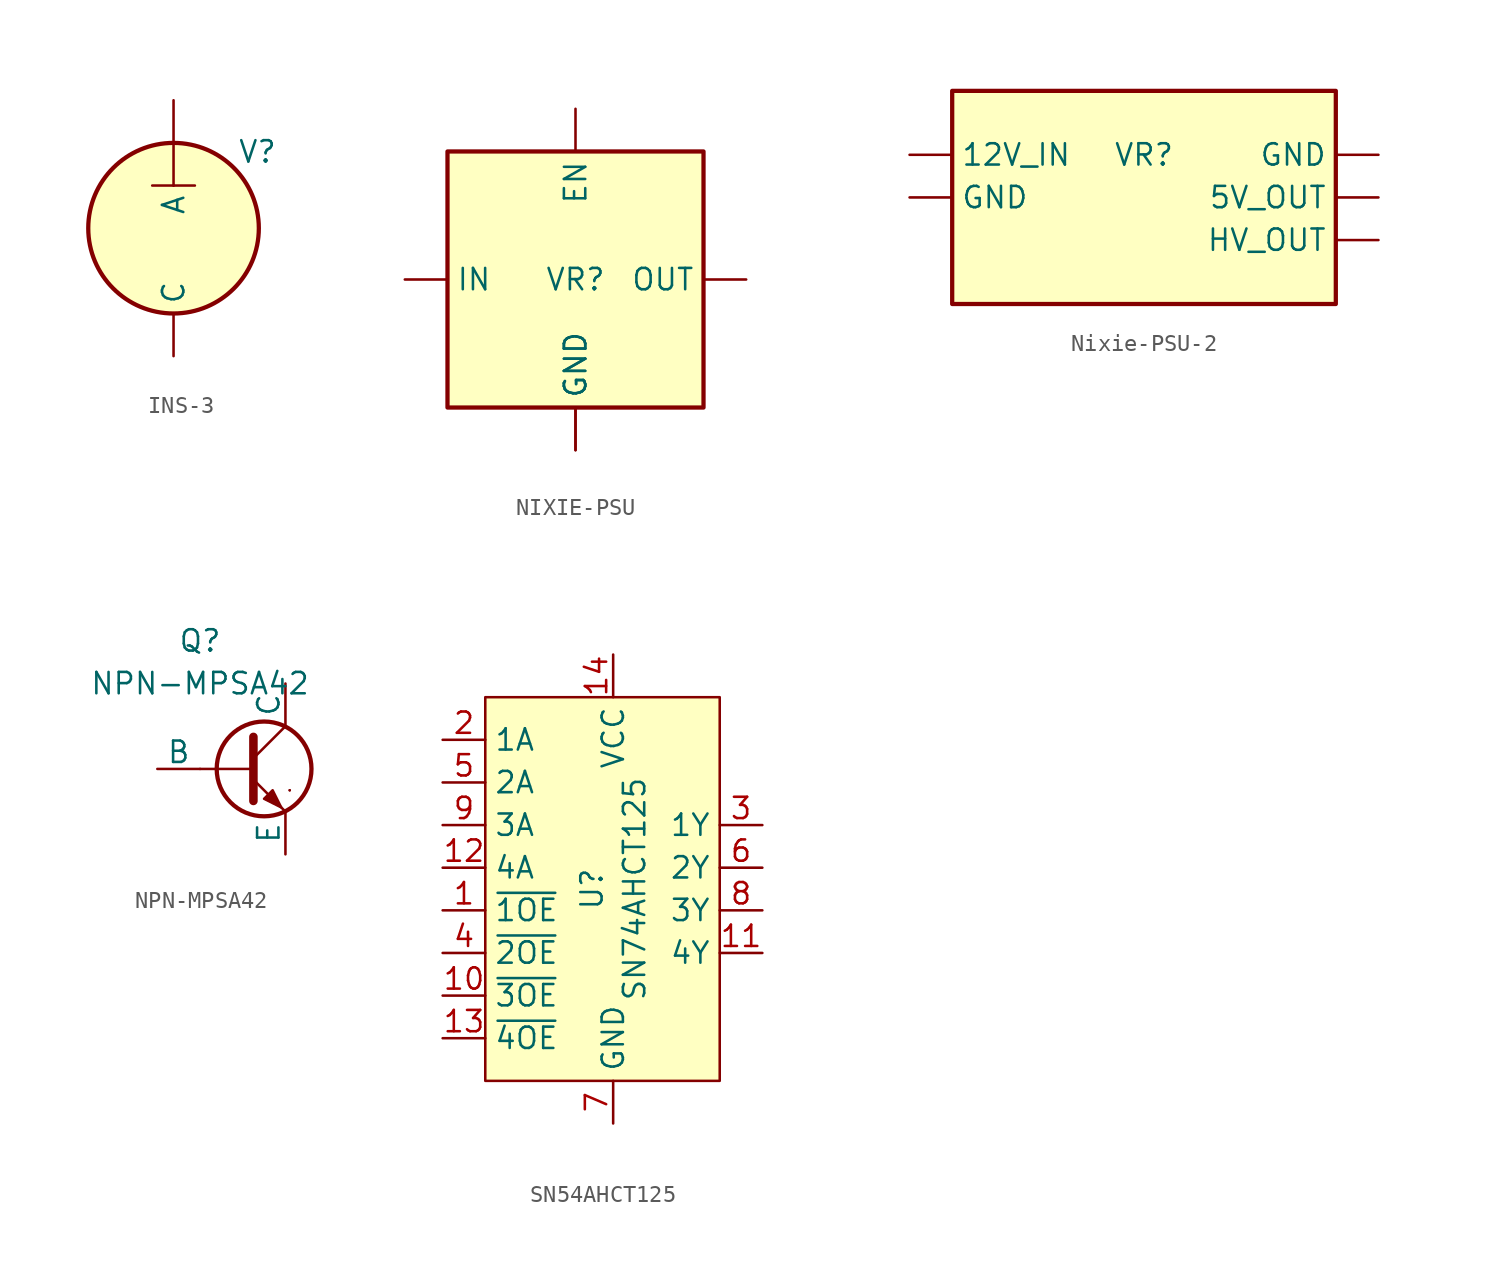
<source format=kicad_sym>
(kicad_symbol_lib
  (version 20220914)
  (generator kicad_symbol_editor)
  (symbol "INS-3"
    (property "Reference" "V"
      (at 3.81 3.81 0)
      (effects (font (size 1.27 1.27)) (justify left bottom)))
    (property "Value" ""
      (at 5.588 -5.08 90)
      (effects (font (size 1.778 1.511)) (justify left top)))
    (symbol "INS-3_1_0"
      (polyline (pts (xy -1.27 2.54) (xy 0 2.54)) (stroke (width 0) (type solid)) (fill (type none)))
      (polyline (pts (xy 0 2.54) (xy 1.27 2.54)) (stroke (width 0) (type solid)) (fill (type none)))
      (circle (center 0 0) (radius 5.08) (stroke (width 0.254) (type solid)) (fill (type background)))
      (pin power_in line (at 0 7.62 270) (length 5.08) (name "A" (effects (font (size 1.27 1.27)))) (number "A" (effects (font (size 0 0)))))
      (pin power_in line (at 0 -7.62 90) (length 2.54) (name "C" (effects (font (size 1.27 1.27)))) (number "C" (effects (font (size 0 0)))))))
  (symbol "NIXIE-PSU"
    (property "Reference" "VR"
      (at 0 0 0)
      (effects (font (size 1.27 1.27))))
    (symbol "NIXIE-PSU_1_0"
      (rectangle (start -7.62 7.62) (end 7.62 -7.62) (stroke (width 0.254) (type default)) (fill (type background)))
      (pin power_in line (at -10.16 0 0) (length 2.54) (name "IN" (effects (font (size 1.27 1.27)))) (number "1" (effects (font (size 0 0)))))
      (pin power_in line (at 0 -10.16 90) (length 2.54) (name "GND" (effects (font (size 1.27 1.27)))) (number "2" (effects (font (size 0 0)))))
      (pin input line (at 0 10.16 270) (length 2.54) (name "EN" (effects (font (size 1.27 1.27)))) (number "3" (effects (font (size 0 0)))))
      (pin bidirectional line (at 0 -10.16 90) (length 2.54) (name "GND" (effects (font (size 1.27 1.27)))) (number "4" (effects (font (size 0 0)))))
      (pin power_out line (at 10.16 0 180) (length 2.54) (name "OUT" (effects (font (size 1.27 1.27)))) (number "5" (effects (font (size 0 0)))))))
  (symbol "Nixie-PSU-2"
    (property "Reference" "VR"
      (at 0 1.27 0)
      (effects (font (size 1.27 1.27))))
    (property "Value" ""
      (at 0 0 0)
      (effects (font (size 1.27 1.27))))
    (symbol "Nixie-PSU-2_1_0"
      (pin power_in line (at -13.97 -1.27 0) (length 2.54) (name "GND" (effects (font (size 1.27 1.27)))) (number "1" (effects (font (size 0 0)))))
      (pin power_in line (at -13.97 1.27 0) (length 2.54) (name "12V_IN" (effects (font (size 1.27 1.27)))) (number "2" (effects (font (size 0 0)))))
      (pin power_out line (at 13.97 -3.81 180) (length 2.54) (name "HV_OUT" (effects (font (size 1.27 1.27)))) (number "3" (effects (font (size 0 0)))))
      (pin power_out line (at 13.97 1.27 180) (length 2.54) (name "GND" (effects (font (size 1.27 1.27)))) (number "4" (effects (font (size 0 0)))))
      (pin power_out line (at 13.97 -1.27 180) (length 2.54) (name "5V_OUT" (effects (font (size 1.27 1.27)))) (number "5" (effects (font (size 0 0))))))
    (symbol "Nixie-PSU-2_1_1"
      (rectangle (start -11.43 5.08) (end 11.43 -7.62) (stroke (width 0.254) (type default)) (fill (type background)))))
  (symbol "NPN-MPSA42"
    (pin_numbers hide)
    (pin_names
      (offset 0))
    (property "Reference" "Q"
      (at -2.54 7.62 0)
      (effects (font (size 1.27 1.27))))
    (property "Value" "NPN-MPSA42"
      (at -2.54 5.08 0)
      (effects (font (size 1.27 1.27))))
    (symbol "NPN-MPSA42_0_1"
      (polyline (pts (xy -2.54 0) (xy 0.635 0)) (stroke (width 0.152) (type default)) (fill (type none)))
      (polyline (pts (xy 0.635 0.635) (xy 2.54 2.54)) (stroke (width 0) (type default)) (fill (type none)))
      (polyline (pts (xy 2.794 -1.27) (xy 2.794 -1.27)) (stroke (width 0.152) (type default)) (fill (type none)))
      (polyline (pts (xy 2.794 -1.27) (xy 2.794 -1.27)) (stroke (width 0.152) (type default)) (fill (type none)))
      (polyline (pts (xy 0.635 -0.635) (xy 2.54 -2.54) (xy 2.54 -2.54)) (stroke (width 0) (type default)) (fill (type none)))
      (polyline (pts (xy 0.635 1.905) (xy 0.635 -1.905) (xy 0.635 -1.905)) (stroke (width 0.508) (type default)) (fill (type none)))
      (polyline (pts (xy 1.27 -1.778) (xy 1.778 -1.27) (xy 2.286 -2.286) (xy 1.27 -1.778) (xy 1.27 -1.778)) (stroke (width 0) (type default)) (fill (type outline)))
      (circle (center 1.27 0) (radius 2.819) (stroke (width 0.254) (type default)) (fill (type none))))
    (symbol "NPN-MPSA42_1_1"
      (pin open_emitter line (at 2.54 -5.08 90) (length 2.54) (name "E" (effects (font (size 1.27 1.27)))) (number "1" (effects (font (size 1.27 1.27)))))
      (pin input line (at -5.08 0 0) (length 2.54) (name "B" (effects (font (size 1.27 1.27)))) (number "2" (effects (font (size 1.27 1.27)))))
      (pin open_collector line (at 2.54 5.08 270) (length 2.54) (name "C" (effects (font (size 1.27 1.27)))) (number "3" (effects (font (size 1.27 1.27)))))))
  (symbol "SN54AHCT125"
    (property "Reference" "U"
      (at -1.27 0 90)
      (effects (font (size 1.27 1.27))))
    (property "Value" "SN74AHCT125"
      (at 1.27 0 90)
      (effects (font (size 1.27 1.27))))
    (symbol "SN54AHCT125_1_1"
      (rectangle (start -7.62 11.43) (end 6.35 -11.43) (stroke (width 0) (type default)) (fill (type background)))
      (pin input line (at -10.16 -1.27 0) (length 2.54) (name "~{1OE}" (effects (font (size 1.27 1.27)))) (number "1" (effects (font (size 1.27 1.27)))))
      (pin input line (at -10.16 -6.35 0) (length 2.54) (name "~{3OE}" (effects (font (size 1.27 1.27)))) (number "10" (effects (font (size 1.27 1.27)))))
      (pin output line (at 8.89 -3.81 180) (length 2.54) (name "4Y" (effects (font (size 1.27 1.27)))) (number "11" (effects (font (size 1.27 1.27)))))
      (pin input line (at -10.16 1.27 0) (length 2.54) (name "4A" (effects (font (size 1.27 1.27)))) (number "12" (effects (font (size 1.27 1.27)))))
      (pin input line (at -10.16 -8.89 0) (length 2.54) (name "~{4OE}" (effects (font (size 1.27 1.27)))) (number "13" (effects (font (size 1.27 1.27)))))
      (pin power_in line (at 0 13.97 270) (length 2.54) (name "VCC" (effects (font (size 1.27 1.27)))) (number "14" (effects (font (size 1.27 1.27)))))
      (pin input line (at -10.16 8.89 0) (length 2.54) (name "1A" (effects (font (size 1.27 1.27)))) (number "2" (effects (font (size 1.27 1.27)))))
      (pin output line (at 8.89 3.81 180) (length 2.54) (name "1Y" (effects (font (size 1.27 1.27)))) (number "3" (effects (font (size 1.27 1.27)))))
      (pin input line (at -10.16 -3.81 0) (length 2.54) (name "~{2OE}" (effects (font (size 1.27 1.27)))) (number "4" (effects (font (size 1.27 1.27)))))
      (pin input line (at -10.16 6.35 0) (length 2.54) (name "2A" (effects (font (size 1.27 1.27)))) (number "5" (effects (font (size 1.27 1.27)))))
      (pin output line (at 8.89 1.27 180) (length 2.54) (name "2Y" (effects (font (size 1.27 1.27)))) (number "6" (effects (font (size 1.27 1.27)))))
      (pin power_in line (at 0 -13.97 90) (length 2.54) (name "GND" (effects (font (size 1.27 1.27)))) (number "7" (effects (font (size 1.27 1.27)))))
      (pin output line (at 8.89 -1.27 180) (length 2.54) (name "3Y" (effects (font (size 1.27 1.27)))) (number "8" (effects (font (size 1.27 1.27)))))
      (pin input line (at -10.16 3.81 0) (length 2.54) (name "3A" (effects (font (size 1.27 1.27)))) (number "9" (effects (font (size 1.27 1.27))))))))
</source>
